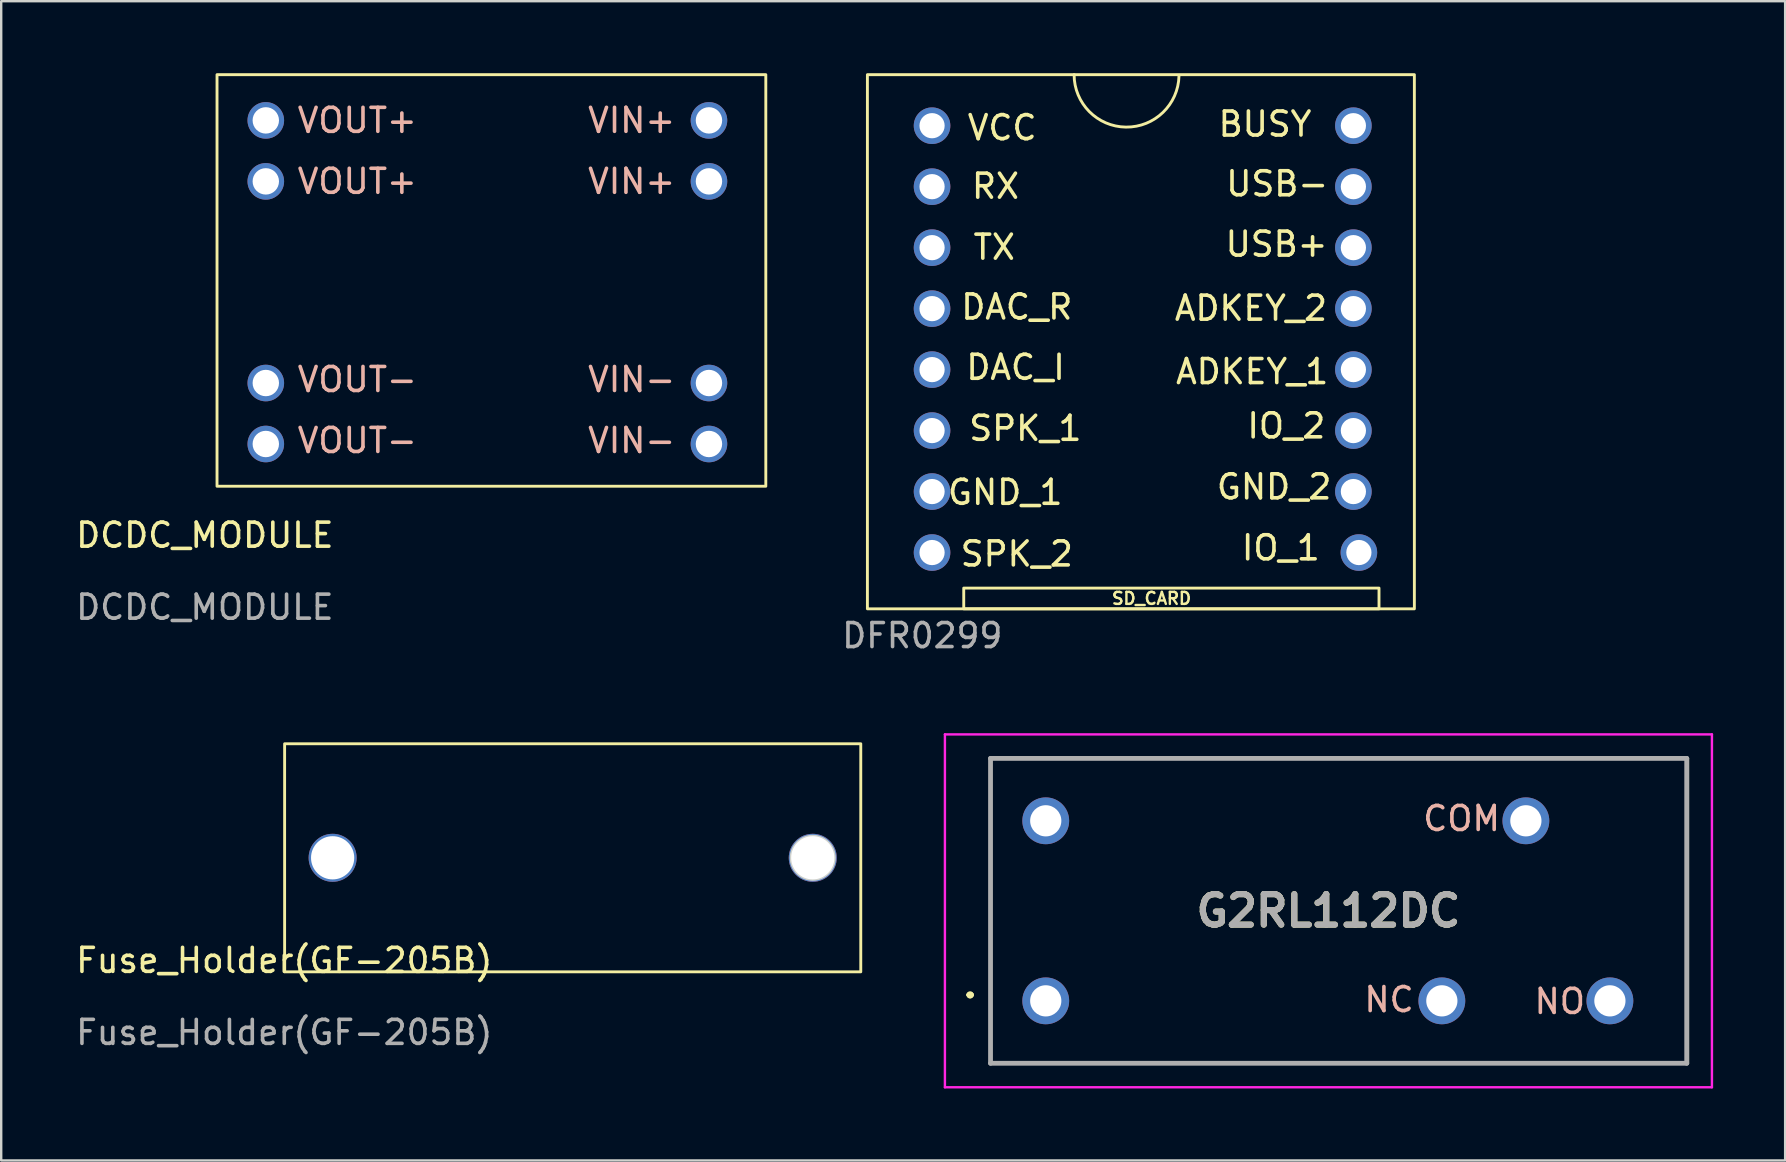
<source format=kicad_pcb>
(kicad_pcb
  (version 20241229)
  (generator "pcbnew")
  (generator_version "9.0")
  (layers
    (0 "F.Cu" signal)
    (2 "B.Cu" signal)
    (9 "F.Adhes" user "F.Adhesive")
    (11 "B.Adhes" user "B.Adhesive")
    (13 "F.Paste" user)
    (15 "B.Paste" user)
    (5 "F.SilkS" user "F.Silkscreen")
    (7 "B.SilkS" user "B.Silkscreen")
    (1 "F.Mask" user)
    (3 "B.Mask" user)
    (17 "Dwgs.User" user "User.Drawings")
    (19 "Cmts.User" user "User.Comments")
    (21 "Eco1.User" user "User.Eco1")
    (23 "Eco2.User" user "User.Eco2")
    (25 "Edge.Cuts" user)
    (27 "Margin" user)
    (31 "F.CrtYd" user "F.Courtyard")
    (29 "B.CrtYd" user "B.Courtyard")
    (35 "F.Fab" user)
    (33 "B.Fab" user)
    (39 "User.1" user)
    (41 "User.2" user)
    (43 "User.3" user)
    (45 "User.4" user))
  (footprint "G2RL112DC"
    (layer "F.Cu")
    (at 40.511 38.641)
    (property "Reference" "G2RL112DC" (at 11.775 -3.75 0) (layer "F.SilkS") (effects (font (size 1.27 1.27) (thickness 0.254))))
    (attr through_hole)
    (fp_line (start -3.2 -0.25) (end -3.2 -0.25) (stroke (width 0.2) (type solid)) (layer "F.SilkS"))
    (fp_line (start -3.2 -0.25) (end -3.2 -0.25) (stroke (width 0.2) (type solid)) (layer "F.SilkS"))
    (fp_line (start -3.1 -0.25) (end -3.1 -0.25) (stroke (width 0.2) (type solid)) (layer "F.SilkS"))
    (fp_line (start -2.3 -10.1) (end 26.75 -10.1) (stroke (width 0.1) (type solid)) (layer "F.SilkS"))
    (fp_line (start -2.3 2.6) (end -2.3 -10.1) (stroke (width 0.1) (type solid)) (layer "F.SilkS"))
    (fp_line (start 26.75 -10.1) (end 26.75 2.6) (stroke (width 0.1) (type solid)) (layer "F.SilkS"))
    (fp_line (start 26.75 2.6) (end -2.3 2.6) (stroke (width 0.1) (type solid)) (layer "F.SilkS"))
    (fp_arc (start -3.2 -0.25) (mid -3.15 -0.3) (end -3.1 -0.25) (stroke (width 0.2) (type solid)) (layer "F.SilkS"))
    (fp_arc (start -3.1 -0.25) (mid -3.15 -0.2) (end -3.2 -0.25) (stroke (width 0.2) (type solid)) (layer "F.SilkS"))
    (fp_arc (start -3.1 -0.25) (mid -3.15 -0.2) (end -3.2 -0.25) (stroke (width 0.2) (type solid)) (layer "F.SilkS"))
    (fp_line (start -4.2 -11.1) (end -4.2 3.6) (stroke (width 0.1) (type solid)) (layer "F.CrtYd"))
    (fp_line (start -4.2 3.6) (end 27.75 3.6) (stroke (width 0.1) (type solid)) (layer "F.CrtYd"))
    (fp_line (start 27.75 -11.1) (end -4.2 -11.1) (stroke (width 0.1) (type solid)) (layer "F.CrtYd"))
    (fp_line (start 27.75 3.6) (end 27.75 -11.1) (stroke (width 0.1) (type solid)) (layer "F.CrtYd"))
    (fp_line (start -2.3 -10.1) (end 26.7 -10.1) (stroke (width 0.2) (type solid)) (layer "F.Fab"))
    (fp_line (start -2.3 2.6) (end -2.3 -10.1) (stroke (width 0.2) (type solid)) (layer "F.Fab"))
    (fp_line (start 26.7 -10.1) (end 26.7 2.6) (stroke (width 0.2) (type solid)) (layer "F.Fab"))
    (fp_line (start 26.7 2.6) (end -2.3 2.6) (stroke (width 0.2) (type solid)) (layer "F.Fab"))
    (fp_text user "NC" (at 14.3 -0.051 0) (unlocked yes) (layer "B.SilkS") (effects (font (size 1 1) (thickness 0.15))))
    (fp_text user "COM" (at 17.323 -7.595 0) (unlocked yes) (layer "B.SilkS") (effects (font (size 1 1) (thickness 0.15))))
    (fp_text user "NO" (at 21.412 0.025 0) (unlocked yes) (layer "B.SilkS") (effects (font (size 1 1) (thickness 0.15))))
    (fp_text user "${REFERENCE}" (at 11.775 -3.75 0) (layer "F.Fab") (effects (font (size 1.27 1.27) (thickness 0.254))))
    (pad "1" thru_hole circle (at 0 0) (size 1.95 1.95) (drill 1.3) (layers "*.Cu" "*.Mask"))
    (pad "2" thru_hole circle (at 16.5 0) (size 1.95 1.95) (drill 1.3) (layers "*.Cu" "*.Mask"))
    (pad "3" thru_hole circle (at 23.5 0) (size 1.95 1.95) (drill 1.3) (layers "*.Cu" "*.Mask"))
    (pad "4" thru_hole circle (at 20 -7.5) (size 1.95 1.95) (drill 1.3) (layers "*.Cu" "*.Mask"))
    (pad "5" thru_hole circle (at 0 -7.5) (size 1.95 1.95) (drill 1.3) (layers "*.Cu" "*.Mask")))
  (footprint "Fuse_Holder(GF-205B)"
    (layer "F.Cu")
    (at 8.792 37.457)
    (property "Reference" "Fuse_Holder(GF-205B)" (at 0 -0.5 0) (unlocked yes) (layer "F.SilkS") (effects (font (size 1 1) (thickness 0.15))))
    (attr through_hole)
    (fp_rect (start 0.014 -9.525) (end 24.014 -0.025) (stroke (width 0.12) (type solid)) (fill no) (layer "F.SilkS"))
    (fp_circle (center 22.014 -4.775) (end 22.914 -4.775) (stroke (width 0.12) (type solid)) (fill no) (layer "Edge.Cuts"))
    (fp_rect (start -0.356 -9.906) (end 24.409 0.33) (stroke (width 0.12) (type solid)) (fill no) (layer "Margin"))
    (fp_text user "${REFERENCE}" (at 0 2.5 0) (unlocked yes) (layer "F.Fab") (effects (font (size 1 1) (thickness 0.15))))
    (pad "1" thru_hole circle (at 2.014 -4.775) (size 2 2) (drill 1.8) (layers "*.Cu" "*.Mask"))
    (pad "2" thru_hole circle (at 22.014 -4.775) (size 2 2) (drill 1.8) (layers "*.Cu" "*.Mask")))
  (footprint "DFR0299"
    (layer "F.Cu")
    (at 33.006 24.241)
    (property "Reference" "DFR0299" (at 2.362 -0.813 0) (unlocked yes) (layer "F.Fab") (effects (font (size 1 1) (thickness 0.15))))
    (attr through_hole)
    (fp_rect (start 0.076 -24.181) (end 22.86 -1.93) (stroke (width 0.12) (type solid)) (fill no) (layer "F.SilkS"))
    (fp_rect (start 4.089 -1.93) (end 21.387 -2.794) (stroke (width 0.12) (type solid)) (fill no) (layer "F.SilkS"))
    (fp_arc (start 13.055599 -24.13) (mid 10.845791 -21.995351) (end 8.68621 -24.1808) (stroke (width 0.12) (type solid)) (layer "F.SilkS"))
    (fp_text user "DAC_R" (at 6.299 -14.503 0) (unlocked yes) (layer "F.SilkS") (effects (font (size 1 1) (thickness 0.15))))
    (fp_text user "IO_1" (at 17.297 -4.47 0) (unlocked yes) (layer "F.SilkS") (effects (font (size 1 1) (thickness 0.15))))
    (fp_text user "ADKEY_2" (at 16.053 -14.453 0) (unlocked yes) (layer "F.SilkS") (effects (font (size 1 1) (thickness 0.15))))
    (fp_text user "ADKEY_1" (at 16.104 -11.811 0) (unlocked yes) (layer "F.SilkS") (effects (font (size 1 1) (thickness 0.15))))
    (fp_text user "SPK_1" (at 6.655 -9.449 0) (unlocked yes) (layer "F.SilkS") (effects (font (size 1 1) (thickness 0.15))))
    (fp_text user "SPK_2" (at 6.299 -4.216 0) (unlocked yes) (layer "F.SilkS") (effects (font (size 1 1) (thickness 0.15))))
    (fp_text user "SD_CARD" (at 11.913 -2.362 0) (unlocked yes) (layer "F.SilkS") (effects (font (size 0.5 0.5) (thickness 0.1))))
    (fp_text user "USB-" (at 17.145 -19.634 0) (unlocked yes) (layer "F.SilkS") (effects (font (size 1 1) (thickness 0.15))))
    (fp_text user "IO_2" (at 17.526 -9.55 0) (unlocked yes) (layer "F.SilkS") (effects (font (size 1 1) (thickness 0.15))))
    (fp_text user "VCC" (at 5.69 -21.971 0) (unlocked yes) (layer "F.SilkS") (effects (font (size 1 1) (thickness 0.15))))
    (fp_text user "GND_1" (at 5.817 -6.782 0) (unlocked yes) (layer "F.SilkS") (effects (font (size 1 1) (thickness 0.15))))
    (fp_text user "TX" (at 5.359 -16.993 0) (unlocked yes) (layer "F.SilkS") (effects (font (size 1 1) (thickness 0.15))))
    (fp_text user "USB+" (at 17.12 -17.12 0) (unlocked yes) (layer "F.SilkS") (effects (font (size 1 1) (thickness 0.15))))
    (fp_text user "RX" (at 5.41 -19.533 0) (unlocked yes) (layer "F.SilkS") (effects (font (size 1 1) (thickness 0.15))))
    (fp_text user "GND_2" (at 17.018 -7.01 0) (unlocked yes) (layer "F.SilkS") (effects (font (size 1 1) (thickness 0.15))))
    (fp_text user "BUSY" (at 16.637 -22.123 0) (unlocked yes) (layer "F.SilkS") (effects (font (size 1 1) (thickness 0.15))))
    (fp_text user "DAC_I" (at 6.248 -11.989 0) (unlocked yes) (layer "F.SilkS") (effects (font (size 1 1) (thickness 0.15))))
    (pad "1" thru_hole circle (at 2.769 -22.055 180) (size 1.524 1.524) (drill 1.05) (layers "*.Cu" "*.Mask"))
    (pad "2" thru_hole circle (at 2.769 -19.515 180) (size 1.524 1.524) (drill 1.05) (layers "*.Cu" "*.Mask"))
    (pad "3" thru_hole circle (at 2.769 -16.975 180) (size 1.524 1.524) (drill 1.05) (layers "*.Cu" "*.Mask"))
    (pad "4" thru_hole circle (at 2.769 -14.435 180) (size 1.524 1.524) (drill 1.05) (layers "*.Cu" "*.Mask"))
    (pad "5" thru_hole circle (at 2.769 -11.895 180) (size 1.524 1.524) (drill 1.05) (layers "*.Cu" "*.Mask"))
    (pad "6" thru_hole circle (at 2.769 -9.355 180) (size 1.524 1.524) (drill 1.05) (layers "*.Cu" "*.Mask"))
    (pad "7" thru_hole circle (at 2.769 -6.815 180) (size 1.524 1.524) (drill 1.05) (layers "*.Cu" "*.Mask"))
    (pad "8" thru_hole circle (at 2.769 -4.275 180) (size 1.524 1.524) (drill 1.05) (layers "*.Cu" "*.Mask"))
    (pad "9" thru_hole circle (at 20.549 -4.275 180) (size 1.524 1.524) (drill 1.05) (layers "*.Cu" "*.Mask"))
    (pad "10" thru_hole circle (at 20.32 -6.815 180) (size 1.524 1.524) (drill 1.05) (layers "*.Cu" "*.Mask"))
    (pad "11" thru_hole circle (at 20.32 -9.355 180) (size 1.524 1.524) (drill 1.05) (layers "*.Cu" "*.Mask"))
    (pad "12" thru_hole circle (at 20.32 -11.895 180) (size 1.524 1.524) (drill 1.05) (layers "*.Cu" "*.Mask"))
    (pad "13" thru_hole circle (at 20.32 -14.435 180) (size 1.524 1.524) (drill 1.05) (layers "*.Cu" "*.Mask"))
    (pad "14" thru_hole circle (at 20.32 -16.975 180) (size 1.524 1.524) (drill 1.05) (layers "*.Cu" "*.Mask"))
    (pad "15" thru_hole circle (at 20.32 -19.515 180) (size 1.524 1.524) (drill 1.05) (layers "*.Cu" "*.Mask"))
    (pad "16" thru_hole circle (at 20.32 -22.055 180) (size 1.524 1.524) (drill 1.05) (layers "*.Cu" "*.Mask")))
  (footprint "DCDC_MODULE"
    (layer "F.Cu")
    (at 5.482 19.745)
    (property "Reference" "DCDC_MODULE" (at 0 -0.5 0) (unlocked yes) (layer "F.SilkS") (effects (font (size 1 1) (thickness 0.15))))
    (attr through_hole)
    (fp_rect (start 0.508 -19.685) (end 23.368 -2.54) (stroke (width 0.12) (type solid)) (fill no) (layer "F.SilkS"))
    (fp_text user "VIN-" (at 17.78 -4.445 0) (unlocked yes) (layer "B.SilkS") (effects (font (size 1 1) (thickness 0.15))))
    (fp_text user "VIN+" (at 17.78 -15.24 0) (unlocked yes) (layer "B.SilkS") (effects (font (size 1 1) (thickness 0.15))))
    (fp_text user "VOUT+" (at 6.35 -15.24 0) (unlocked yes) (layer "B.SilkS") (effects (font (size 1 1) (thickness 0.15))))
    (fp_text user "VOUT-" (at 6.35 -4.445 0) (unlocked yes) (layer "B.SilkS") (effects (font (size 1 1) (thickness 0.15))))
    (fp_text user "VOUT-" (at 6.35 -6.985 0) (unlocked yes) (layer "B.SilkS") (effects (font (size 1 1) (thickness 0.15))))
    (fp_text user "VIN+" (at 17.78 -17.78 0) (unlocked yes) (layer "B.SilkS") (effects (font (size 1 1) (thickness 0.15))))
    (fp_text user "VOUT+" (at 6.35 -17.78 0) (unlocked yes) (layer "B.SilkS") (effects (font (size 1 1) (thickness 0.15))))
    (fp_text user "VIN-" (at 17.78 -6.985 0) (unlocked yes) (layer "B.SilkS") (effects (font (size 1 1) (thickness 0.15))))
    (fp_text user "${REFERENCE}" (at 0 2.5 0) (unlocked yes) (layer "F.Fab") (effects (font (size 1 1) (thickness 0.15))))
    (pad "1" thru_hole circle (at 21 -17.78) (size 1.524 1.524) (drill 1.1) (layers "*.Cu" "*.Mask"))
    (pad "1" thru_hole circle (at 21 -15.24) (size 1.524 1.524) (drill 1.1) (layers "*.Cu" "*.Mask"))
    (pad "2" thru_hole circle (at 21 -6.84) (size 1.524 1.524) (drill 1.1) (layers "*.Cu" "*.Mask"))
    (pad "2" thru_hole circle (at 21 -4.3) (size 1.524 1.524) (drill 1.1) (layers "*.Cu" "*.Mask"))
    (pad "3" thru_hole circle (at 2.54 -17.78) (size 1.524 1.524) (drill 1.1) (layers "*.Cu" "*.Mask"))
    (pad "3" thru_hole circle (at 2.54 -15.24) (size 1.524 1.524) (drill 1.1) (layers "*.Cu" "*.Mask"))
    (pad "4" thru_hole circle (at 2.54 -6.84) (size 1.524 1.524) (drill 1.1) (layers "*.Cu" "*.Mask"))
    (pad "4" thru_hole circle (at 2.54 -4.3) (size 1.524 1.524) (drill 1.1) (layers "*.Cu" "*.Mask")))
  (gr_rect
    (start -3 -3)
    (end 71.311 45.291)
    (stroke (width 0.1) (type default))
    (fill no)
    (layer "Edge.Cuts")))
</source>
